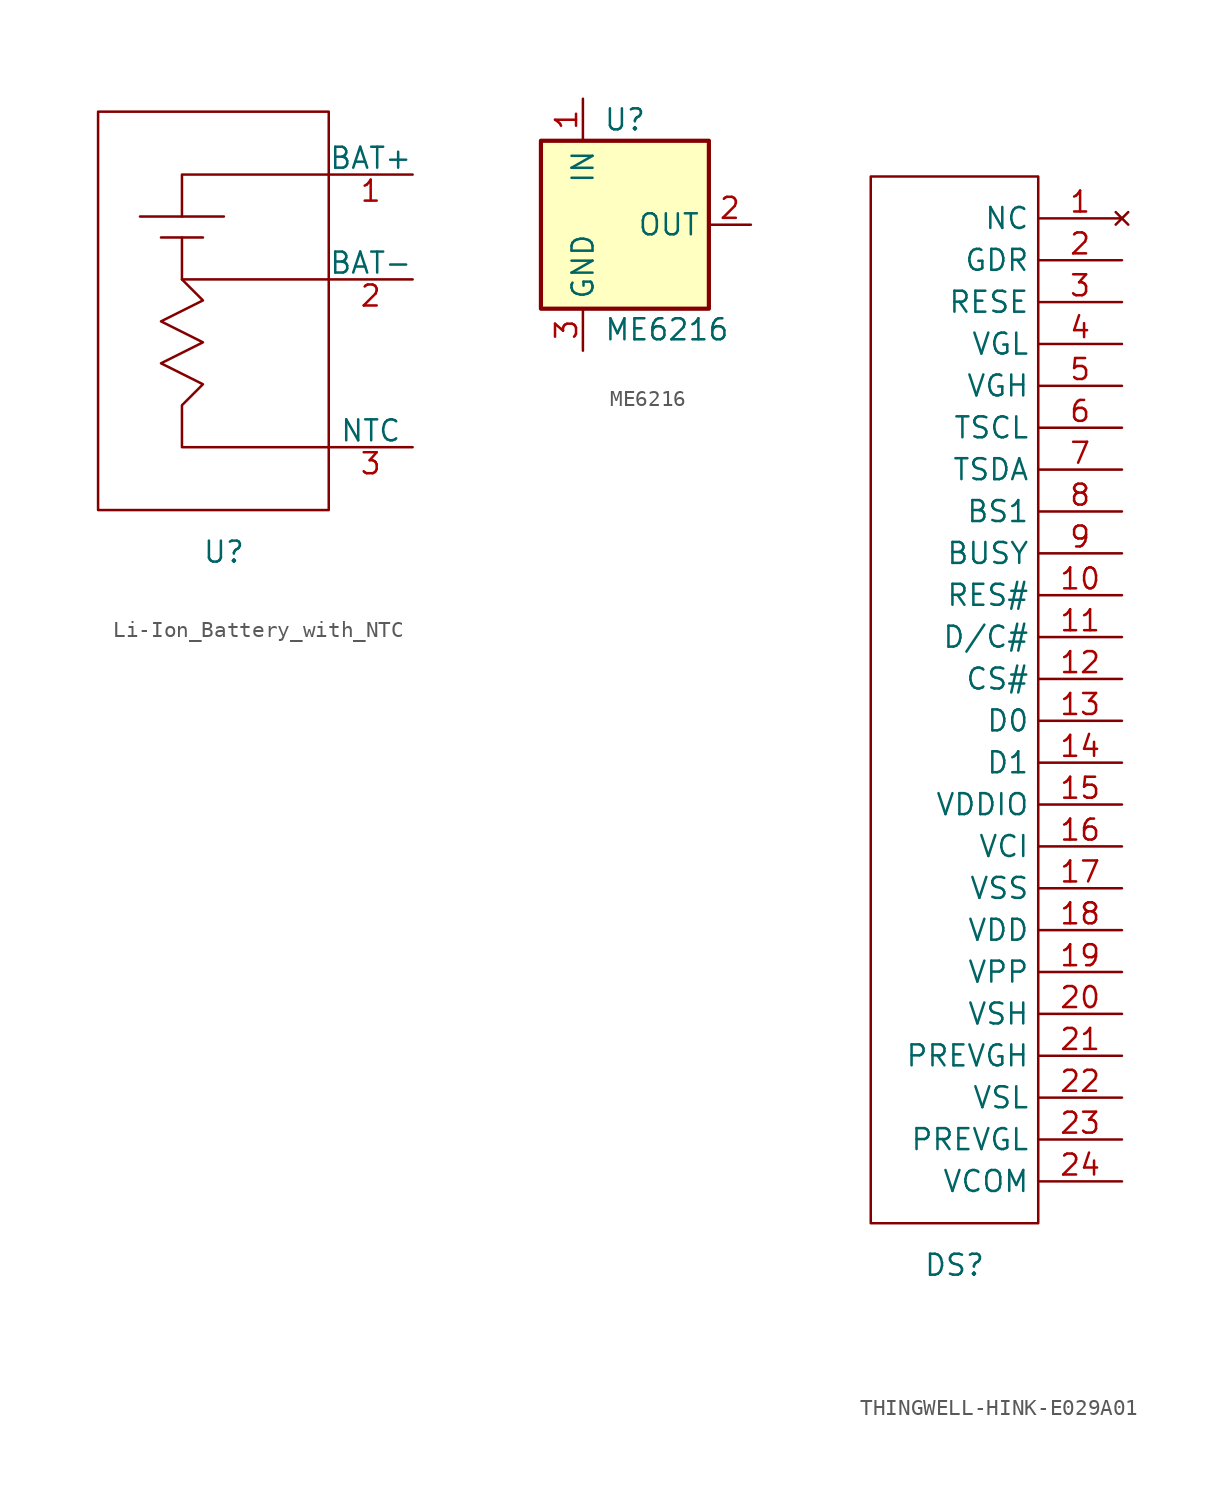
<source format=kicad_sym>
(kicad_symbol_lib
  (version 20220914)
  (generator kicad_symbol_editor)
  (symbol "Li-Ion_Battery_with_NTC"
    (pin_names
      (offset 0))
    (property "Reference" "U"
      (at 0 0 0)
      (effects (font (size 1.27 1.27))))
    (property "Value" ""
      (at 0 0 0)
      (effects (font (size 1.27 1.27))))
    (symbol "Li-Ion_Battery_with_NTC_0_1"
      (polyline (pts (xy -5.08 20.32) (xy 0 20.32)) (stroke (width 0) (type default)) (fill (type none)))
      (polyline (pts (xy -3.81 19.05) (xy -1.27 19.05)) (stroke (width 0) (type default)) (fill (type none)))
      (polyline (pts (xy -2.54 16.51) (xy 6.35 16.51)) (stroke (width 0) (type default)) (fill (type none)))
      (polyline (pts (xy -2.54 20.32) (xy -2.54 22.86) (xy 6.35 22.86)) (stroke (width 0) (type default)) (fill (type none)))
      (polyline (pts (xy -2.54 19.05) (xy -2.54 16.51) (xy -1.27 15.24) (xy -3.81 13.97) (xy -1.27 12.7) (xy -3.81 11.43) (xy -1.27 10.16) (xy -2.54 8.89) (xy -2.54 6.35) (xy 6.35 6.35)) (stroke (width 0) (type default)) (fill (type none))))
    (symbol "Li-Ion_Battery_with_NTC_1_1"
      (rectangle (start -7.62 26.67) (end 6.35 2.54) (stroke (width 0) (type default)) (fill (type none)))
      (pin passive line (at 11.43 22.86 180) (length 5.08) (name "BAT+" (effects (font (size 1.27 1.27)))) (number "1" (effects (font (size 1.27 1.27)))))
      (pin passive line (at 11.43 16.51 180) (length 5.08) (name "BAT-" (effects (font (size 1.27 1.27)))) (number "2" (effects (font (size 1.27 1.27)))))
      (pin output line (at 11.43 6.35 180) (length 5.08) (name "NTC" (effects (font (size 1.27 1.27)))) (number "3" (effects (font (size 1.27 1.27)))))))
  (symbol "ME6216"
    (property "Reference" "U"
      (at 0 6.35 0)
      (effects (font (size 1.27 1.27))))
    (property "Value" "ME6216"
      (at 2.54 -6.35 0)
      (effects (font (size 1.27 1.27))))
    (symbol "ME6216_0_1"
      (rectangle (start -5.08 5.08) (end 5.08 -5.08) (stroke (width 0.254) (type default)) (fill (type background))))
    (symbol "ME6216_1_1"
      (pin power_in line (at -2.54 7.62 270) (length 2.54) (name "IN" (effects (font (size 1.27 1.27)))) (number "1" (effects (font (size 1.27 1.27)))))
      (pin power_out line (at 7.62 0 180) (length 2.54) (name "OUT" (effects (font (size 1.27 1.27)))) (number "2" (effects (font (size 1.27 1.27)))))
      (pin power_in line (at -2.54 -7.62 90) (length 2.54) (name "GND" (effects (font (size 1.27 1.27)))) (number "3" (effects (font (size 1.27 1.27)))))))
  (symbol "THINGWELL-HINK-E029A01"
    (property "Reference" "DS"
      (at 0 0 0)
      (effects (font (size 1.27 1.27))))
    (property "Value" ""
      (at 0 0 0)
      (effects (font (size 1.27 1.27))))
    (symbol "THINGWELL-HINK-E029A01_0_1"
      (rectangle (start -5.08 66.04) (end 5.08 2.54) (stroke (width 0) (type default)) (fill (type none))))
    (symbol "THINGWELL-HINK-E029A01_1_0"
      (pin input line (at 10.16 40.64 180) (length 5.08) (name "RES#" (effects (font (size 1.27 1.27)))) (number "10" (effects (font (size 1.27 1.27)))))
      (pin input line (at 10.16 38.1 180) (length 5.08) (name "D/C#" (effects (font (size 1.27 1.27)))) (number "11" (effects (font (size 1.27 1.27)))))
      (pin input line (at 10.16 35.56 180) (length 5.08) (name "CS#" (effects (font (size 1.27 1.27)))) (number "12" (effects (font (size 1.27 1.27)))))
      (pin bidirectional line (at 10.16 33.02 180) (length 5.08) (name "D0" (effects (font (size 1.27 1.27)))) (number "13" (effects (font (size 1.27 1.27)))))
      (pin bidirectional line (at 10.16 30.48 180) (length 5.08) (name "D1" (effects (font (size 1.27 1.27)))) (number "14" (effects (font (size 1.27 1.27)))))
      (pin power_in line (at 10.16 27.94 180) (length 5.08) (name "VDDIO" (effects (font (size 1.27 1.27)))) (number "15" (effects (font (size 1.27 1.27)))))
      (pin power_in line (at 10.16 25.4 180) (length 5.08) (name "VCI" (effects (font (size 1.27 1.27)))) (number "16" (effects (font (size 1.27 1.27)))))
      (pin power_in line (at 10.16 22.86 180) (length 5.08) (name "VSS" (effects (font (size 1.27 1.27)))) (number "17" (effects (font (size 1.27 1.27)))))
      (pin input line (at 10.16 20.32 180) (length 5.08) (name "VDD" (effects (font (size 1.27 1.27)))) (number "18" (effects (font (size 1.27 1.27)))))
      (pin power_in line (at 10.16 17.78 180) (length 5.08) (name "VPP" (effects (font (size 1.27 1.27)))) (number "19" (effects (font (size 1.27 1.27)))))
      (pin passive line (at 10.16 15.24 180) (length 5.08) (name "VSH" (effects (font (size 1.27 1.27)))) (number "20" (effects (font (size 1.27 1.27)))))
      (pin passive line (at 10.16 12.7 180) (length 5.08) (name "PREVGH" (effects (font (size 1.27 1.27)))) (number "21" (effects (font (size 1.27 1.27)))))
      (pin passive line (at 10.16 10.16 180) (length 5.08) (name "VSL" (effects (font (size 1.27 1.27)))) (number "22" (effects (font (size 1.27 1.27)))))
      (pin passive line (at 10.16 7.62 180) (length 5.08) (name "PREVGL" (effects (font (size 1.27 1.27)))) (number "23" (effects (font (size 1.27 1.27)))))
      (pin passive line (at 10.16 5.08 180) (length 5.08) (name "VCOM" (effects (font (size 1.27 1.27)))) (number "24" (effects (font (size 1.27 1.27)))))
      (pin input line (at 10.16 50.8 180) (length 5.08) (name "TSCL" (effects (font (size 1.27 1.27)))) (number "6" (effects (font (size 1.27 1.27)))))
      (pin bidirectional line (at 10.16 48.26 180) (length 5.08) (name "TSDA" (effects (font (size 1.27 1.27)))) (number "7" (effects (font (size 1.27 1.27)))))
      (pin input line (at 10.16 45.72 180) (length 5.08) (name "BS1" (effects (font (size 1.27 1.27)))) (number "8" (effects (font (size 1.27 1.27)))))
      (pin output line (at 10.16 43.18 180) (length 5.08) (name "BUSY" (effects (font (size 1.27 1.27)))) (number "9" (effects (font (size 1.27 1.27))))))
    (symbol "THINGWELL-HINK-E029A01_1_1"
      (pin no_connect line (at 10.16 63.5 180) (length 5.08) (name "NC" (effects (font (size 1.27 1.27)))) (number "1" (effects (font (size 1.27 1.27)))))
      (pin output line (at 10.16 60.96 180) (length 5.08) (name "GDR" (effects (font (size 1.27 1.27)))) (number "2" (effects (font (size 1.27 1.27)))))
      (pin output line (at 10.16 58.42 180) (length 5.08) (name "RESE" (effects (font (size 1.27 1.27)))) (number "3" (effects (font (size 1.27 1.27)))))
      (pin passive line (at 10.16 55.88 180) (length 5.08) (name "VGL" (effects (font (size 1.27 1.27)))) (number "4" (effects (font (size 1.27 1.27)))))
      (pin passive line (at 10.16 53.34 180) (length 5.08) (name "VGH" (effects (font (size 1.27 1.27)))) (number "5" (effects (font (size 1.27 1.27))))))))
</source>
